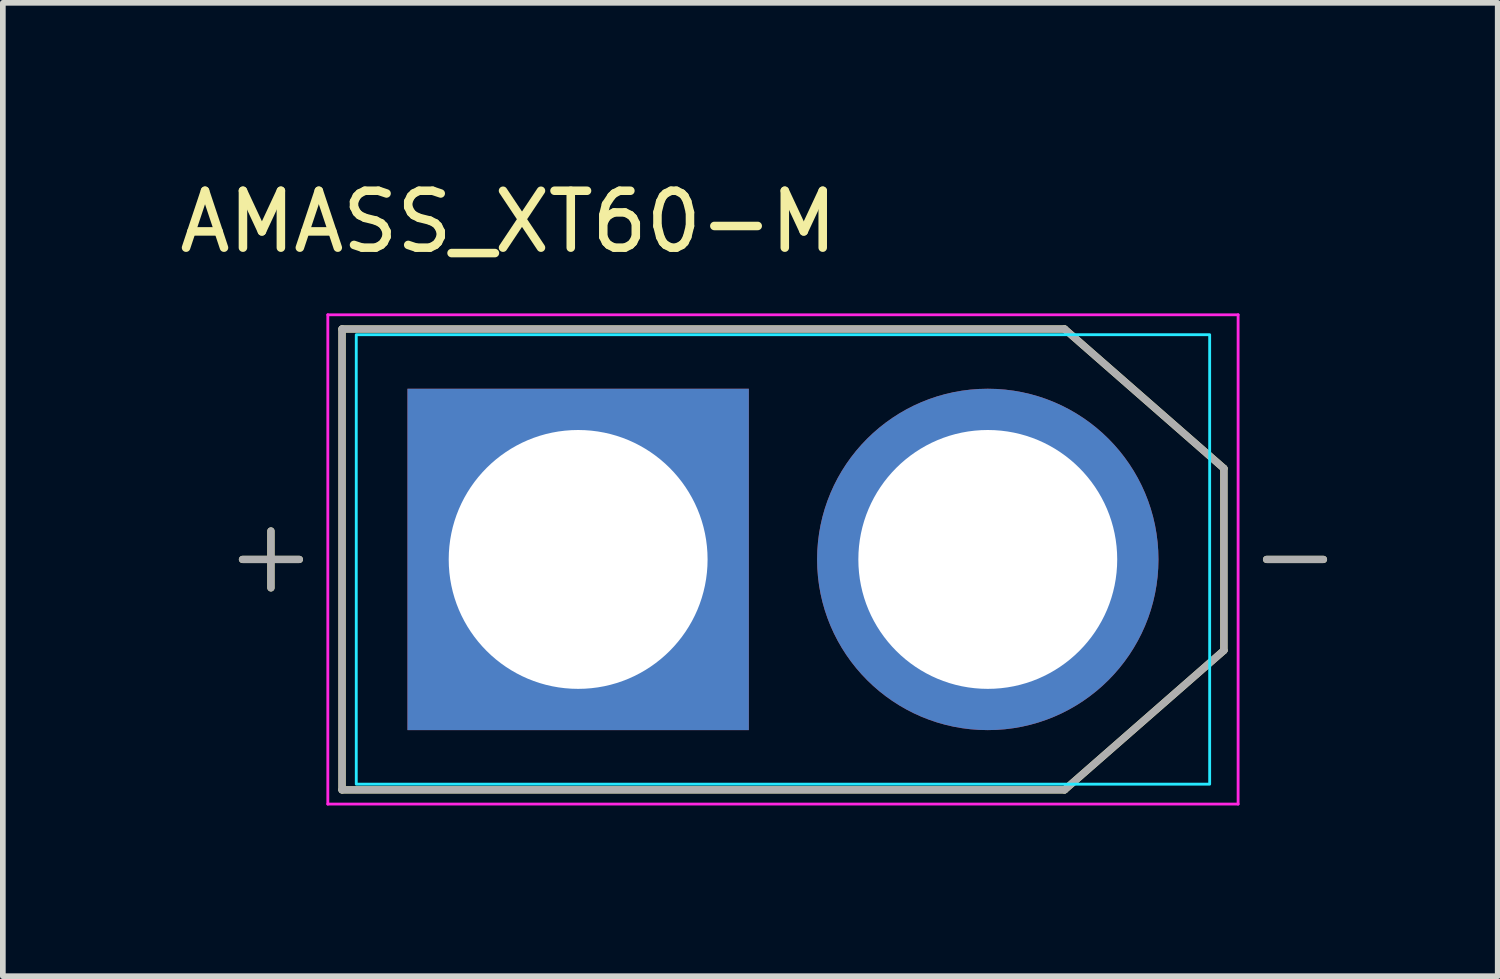
<source format=kicad_pcb>
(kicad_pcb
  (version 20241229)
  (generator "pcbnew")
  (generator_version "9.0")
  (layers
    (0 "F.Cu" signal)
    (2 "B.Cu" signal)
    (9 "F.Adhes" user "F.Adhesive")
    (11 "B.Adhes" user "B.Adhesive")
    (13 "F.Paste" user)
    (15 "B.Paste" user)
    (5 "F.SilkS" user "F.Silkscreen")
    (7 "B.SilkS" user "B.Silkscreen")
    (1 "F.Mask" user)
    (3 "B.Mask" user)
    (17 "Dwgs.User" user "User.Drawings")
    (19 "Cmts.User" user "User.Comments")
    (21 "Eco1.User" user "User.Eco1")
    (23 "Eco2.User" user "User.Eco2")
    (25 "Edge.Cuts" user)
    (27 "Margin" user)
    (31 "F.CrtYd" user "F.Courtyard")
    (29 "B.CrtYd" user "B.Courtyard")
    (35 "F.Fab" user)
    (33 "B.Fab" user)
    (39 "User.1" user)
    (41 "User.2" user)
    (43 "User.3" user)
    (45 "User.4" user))
  (footprint "AMASS_XT60-M"
    (layer "F.Cu")
    (at 10.712 6.783)
    (property "Reference" "AMASS_XT60-M" (at -4.825 -5.935 0) (layer "F.SilkS") (effects (font (size 1 1) (thickness 0.15))))
    (attr through_hole)
    (fp_line (start -9.5 0) (end -8.5 0) (stroke (width 0.127) (type solid)) (layer "F.SilkS"))
    (fp_line (start -9 -0.5) (end -9 0.5) (stroke (width 0.127) (type solid)) (layer "F.SilkS"))
    (fp_line (start -7.75 -4.05) (end 4.95 -4.05) (stroke (width 0.127) (type solid)) (layer "F.SilkS"))
    (fp_line (start -7.75 4.05) (end -7.75 -4.05) (stroke (width 0.127) (type solid)) (layer "F.SilkS"))
    (fp_line (start 4.95 -4.05) (end 7.75 -1.6) (stroke (width 0.127) (type solid)) (layer "F.SilkS"))
    (fp_line (start 4.95 4.05) (end -7.75 4.05) (stroke (width 0.127) (type solid)) (layer "F.SilkS"))
    (fp_line (start 7.75 -1.6) (end 7.75 1.6) (stroke (width 0.127) (type solid)) (layer "F.SilkS"))
    (fp_line (start 7.75 1.6) (end 4.95 4.05) (stroke (width 0.127) (type solid)) (layer "F.SilkS"))
    (fp_line (start 8.5 0) (end 9.5 0) (stroke (width 0.127) (type solid)) (layer "F.SilkS"))
    (fp_rect (start -7.5 -3.95) (end 7.5 3.95) (stroke (width 0.05) (type default)) (fill no) (layer "B.CrtYd"))
    (fp_line (start -8 -4.3) (end -8 4.3) (stroke (width 0.05) (type solid)) (layer "F.CrtYd"))
    (fp_line (start -8 4.3) (end 8 4.3) (stroke (width 0.05) (type solid)) (layer "F.CrtYd"))
    (fp_line (start 8 -4.3) (end -8 -4.3) (stroke (width 0.05) (type solid)) (layer "F.CrtYd"))
    (fp_line (start 8 4.3) (end 8 -4.3) (stroke (width 0.05) (type solid)) (layer "F.CrtYd"))
    (fp_line (start -9.5 0) (end -8.5 0) (stroke (width 0.127) (type solid)) (layer "F.Fab"))
    (fp_line (start -9 -0.5) (end -9 0.5) (stroke (width 0.127) (type solid)) (layer "F.Fab"))
    (fp_line (start -7.75 -4.05) (end 4.95 -4.05) (stroke (width 0.127) (type solid)) (layer "F.Fab"))
    (fp_line (start -7.75 4.05) (end -7.75 -4.05) (stroke (width 0.127) (type solid)) (layer "F.Fab"))
    (fp_line (start 4.95 -4.05) (end 7.75 -1.6) (stroke (width 0.127) (type solid)) (layer "F.Fab"))
    (fp_line (start 4.95 4.05) (end -7.75 4.05) (stroke (width 0.127) (type solid)) (layer "F.Fab"))
    (fp_line (start 7.75 -1.6) (end 7.75 1.6) (stroke (width 0.127) (type solid)) (layer "F.Fab"))
    (fp_line (start 7.75 1.6) (end 4.95 4.05) (stroke (width 0.127) (type solid)) (layer "F.Fab"))
    (fp_line (start 8.5 0) (end 9.5 0) (stroke (width 0.127) (type solid)) (layer "F.Fab"))
    (pad "N" thru_hole circle (at 3.6 0) (size 6 6) (drill 4.55) (layers "*.Cu" "*.Mask"))
    (pad "P" thru_hole rect (at -3.6 0) (size 6 6) (drill 4.55) (layers "*.Cu" "*.Mask")))
  (gr_rect
    (start -3 -3)
    (end 23.275 14.108)
    (stroke (width 0.1) (type default))
    (fill no)
    (layer "Edge.Cuts")))
</source>
